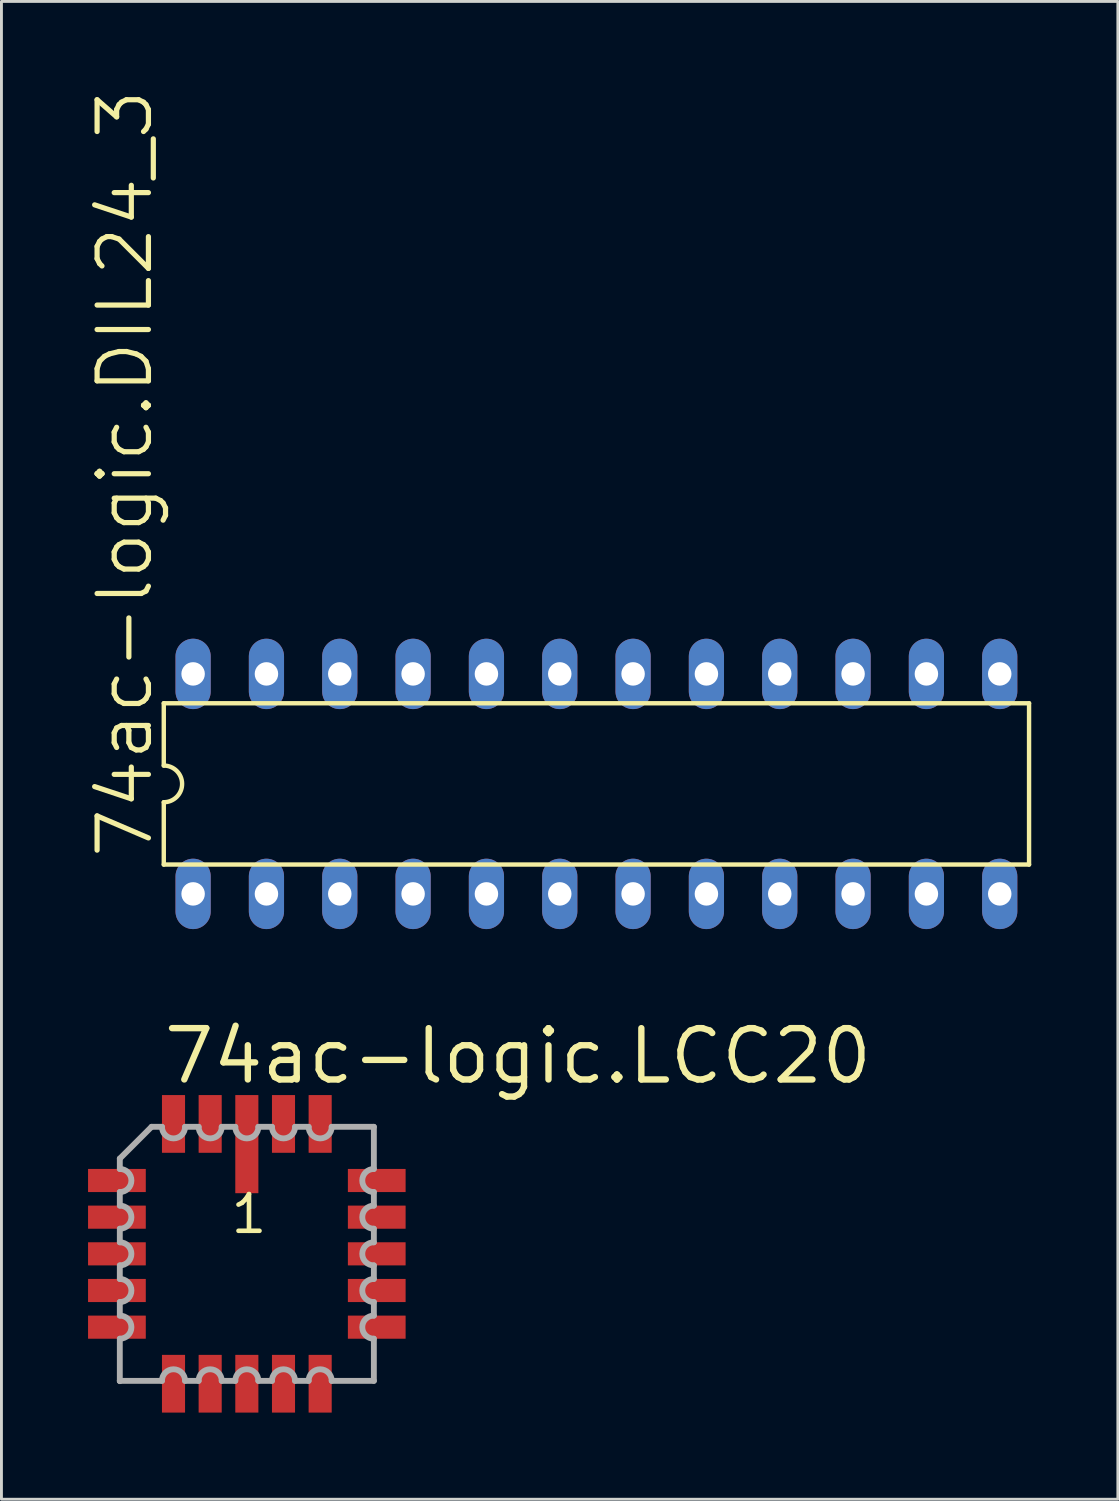
<source format=kicad_pcb>
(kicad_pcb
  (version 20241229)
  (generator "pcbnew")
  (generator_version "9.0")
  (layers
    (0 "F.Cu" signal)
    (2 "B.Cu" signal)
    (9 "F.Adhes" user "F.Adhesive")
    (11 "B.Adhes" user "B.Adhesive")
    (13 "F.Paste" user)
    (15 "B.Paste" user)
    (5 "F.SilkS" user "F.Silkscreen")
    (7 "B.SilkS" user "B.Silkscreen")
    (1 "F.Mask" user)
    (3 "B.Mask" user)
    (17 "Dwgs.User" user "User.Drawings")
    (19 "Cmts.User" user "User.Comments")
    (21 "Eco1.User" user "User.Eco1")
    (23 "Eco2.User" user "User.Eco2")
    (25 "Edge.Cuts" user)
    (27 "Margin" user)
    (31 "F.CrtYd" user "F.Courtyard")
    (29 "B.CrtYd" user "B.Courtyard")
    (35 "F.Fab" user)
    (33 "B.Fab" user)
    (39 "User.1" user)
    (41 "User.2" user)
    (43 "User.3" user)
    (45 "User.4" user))
  (footprint "74ac-logic.DIL24_3"
    (layer "F.Cu")
    (at 17.609 24.103)
    (property "Reference" "74ac-logic.DIL24_3" (at -15.291 2.667 90) (layer "F.SilkS") (effects (font (size 1.778 1.778) (thickness 0.18)) (justify left bottom)))
    (attr through_hole)
    (fp_line (start -14.986 -2.794) (end -14.986 -0.635) (stroke (width 0.152) (type default)) (layer "F.SilkS"))
    (fp_line (start -14.986 -2.794) (end 14.986 -2.794) (stroke (width 0.152) (type default)) (layer "F.SilkS"))
    (fp_line (start -14.986 0.635) (end -14.986 2.794) (stroke (width 0.152) (type default)) (layer "F.SilkS"))
    (fp_line (start -14.986 2.794) (end 14.986 2.794) (stroke (width 0.152) (type default)) (layer "F.SilkS"))
    (fp_line (start 14.986 2.794) (end 14.986 -2.794) (stroke (width 0.152) (type default)) (layer "F.SilkS"))
    (fp_arc (start -14.986 -0.635) (mid -14.351 0) (end -14.986 0.635) (stroke (width 0.1524) (type default)) (layer "F.SilkS"))
    (pad "1" thru_hole oval (at -13.97 3.81 90) (size 2.438 1.219) (drill 0.813) (layers "*.Cu" "*.Mask"))
    (pad "2" thru_hole oval (at -11.43 3.81 90) (size 2.438 1.219) (drill 0.813) (layers "*.Cu" "*.Mask"))
    (pad "3" thru_hole oval (at -8.89 3.81 90) (size 2.438 1.219) (drill 0.813) (layers "*.Cu" "*.Mask"))
    (pad "4" thru_hole oval (at -6.35 3.81 90) (size 2.438 1.219) (drill 0.813) (layers "*.Cu" "*.Mask"))
    (pad "5" thru_hole oval (at -3.81 3.81 90) (size 2.438 1.219) (drill 0.813) (layers "*.Cu" "*.Mask"))
    (pad "6" thru_hole oval (at -1.27 3.81 90) (size 2.438 1.219) (drill 0.813) (layers "*.Cu" "*.Mask"))
    (pad "7" thru_hole oval (at 1.27 3.81 90) (size 2.438 1.219) (drill 0.813) (layers "*.Cu" "*.Mask"))
    (pad "8" thru_hole oval (at 3.81 3.81 90) (size 2.438 1.219) (drill 0.813) (layers "*.Cu" "*.Mask"))
    (pad "9" thru_hole oval (at 6.35 3.81 90) (size 2.438 1.219) (drill 0.813) (layers "*.Cu" "*.Mask"))
    (pad "10" thru_hole oval (at 8.89 3.81 90) (size 2.438 1.219) (drill 0.813) (layers "*.Cu" "*.Mask"))
    (pad "11" thru_hole oval (at 11.43 3.81 90) (size 2.438 1.219) (drill 0.813) (layers "*.Cu" "*.Mask"))
    (pad "12" thru_hole oval (at 13.97 3.81 90) (size 2.438 1.219) (drill 0.813) (layers "*.Cu" "*.Mask"))
    (pad "13" thru_hole oval (at 13.97 -3.81 90) (size 2.438 1.219) (drill 0.813) (layers "*.Cu" "*.Mask"))
    (pad "14" thru_hole oval (at 11.43 -3.81 90) (size 2.438 1.219) (drill 0.813) (layers "*.Cu" "*.Mask"))
    (pad "15" thru_hole oval (at 8.89 -3.81 90) (size 2.438 1.219) (drill 0.813) (layers "*.Cu" "*.Mask"))
    (pad "16" thru_hole oval (at 6.35 -3.81 90) (size 2.438 1.219) (drill 0.813) (layers "*.Cu" "*.Mask"))
    (pad "17" thru_hole oval (at 3.81 -3.81 90) (size 2.438 1.219) (drill 0.813) (layers "*.Cu" "*.Mask"))
    (pad "18" thru_hole oval (at 1.27 -3.81 90) (size 2.438 1.219) (drill 0.813) (layers "*.Cu" "*.Mask"))
    (pad "19" thru_hole oval (at -1.27 -3.81 90) (size 2.438 1.219) (drill 0.813) (layers "*.Cu" "*.Mask"))
    (pad "20" thru_hole oval (at -3.81 -3.81 90) (size 2.438 1.219) (drill 0.813) (layers "*.Cu" "*.Mask"))
    (pad "21" thru_hole oval (at -6.35 -3.81 90) (size 2.438 1.219) (drill 0.813) (layers "*.Cu" "*.Mask"))
    (pad "22" thru_hole oval (at -8.89 -3.81 90) (size 2.438 1.219) (drill 0.813) (layers "*.Cu" "*.Mask"))
    (pad "23" thru_hole oval (at -11.43 -3.81 90) (size 2.438 1.219) (drill 0.813) (layers "*.Cu" "*.Mask"))
    (pad "24" thru_hole oval (at -13.97 -3.81 90) (size 2.438 1.219) (drill 0.813) (layers "*.Cu" "*.Mask")))
  (footprint "74ac-logic.LCC20"
    (layer "F.Cu")
    (at 5.5 40.381)
    (property "Reference" "74ac-logic.LCC20" (at -2.989 -5.811 0) (layer "F.SilkS") (effects (font (size 1.778 1.778) (thickness 0.22)) (justify left bottom)))
    (attr smd)
    (fp_line (start -4.4 -3.3) (end -4.4 -2.94) (stroke (width 0.203) (type default)) (layer "F.Fab"))
    (fp_line (start -4.4 -2.14) (end -4.4 -1.67) (stroke (width 0.203) (type default)) (layer "F.Fab"))
    (fp_line (start -4.4 -0.87) (end -4.4 -0.4) (stroke (width 0.203) (type default)) (layer "F.Fab"))
    (fp_line (start -4.4 0.4) (end -4.4 0.87) (stroke (width 0.203) (type default)) (layer "F.Fab"))
    (fp_line (start -4.4 1.67) (end -4.4 2.14) (stroke (width 0.203) (type default)) (layer "F.Fab"))
    (fp_line (start -4.4 2.94) (end -4.4 4.4) (stroke (width 0.203) (type default)) (layer "F.Fab"))
    (fp_line (start -4.4 4.4) (end -4.4 4.41) (stroke (width 0.203) (type default)) (layer "F.Fab"))
    (fp_line (start -4.4 4.4) (end -2.94 4.4) (stroke (width 0.203) (type default)) (layer "F.Fab"))
    (fp_line (start -3.3 -4.4) (end -4.4 -3.3) (stroke (width 0.203) (type default)) (layer "F.Fab"))
    (fp_line (start -2.94 -4.4) (end -3.3 -4.4) (stroke (width 0.203) (type default)) (layer "F.Fab"))
    (fp_line (start -2.14 4.4) (end -1.67 4.4) (stroke (width 0.203) (type default)) (layer "F.Fab"))
    (fp_line (start -1.67 -4.4) (end -2.14 -4.4) (stroke (width 0.203) (type default)) (layer "F.Fab"))
    (fp_line (start -0.87 4.4) (end -0.4 4.4) (stroke (width 0.203) (type default)) (layer "F.Fab"))
    (fp_line (start -0.4 -4.4) (end -0.87 -4.4) (stroke (width 0.203) (type default)) (layer "F.Fab"))
    (fp_line (start 0.4 4.4) (end 0.87 4.4) (stroke (width 0.203) (type default)) (layer "F.Fab"))
    (fp_line (start 0.87 -4.4) (end 0.4 -4.4) (stroke (width 0.203) (type default)) (layer "F.Fab"))
    (fp_line (start 1.67 4.4) (end 2.14 4.4) (stroke (width 0.203) (type default)) (layer "F.Fab"))
    (fp_line (start 2.14 -4.4) (end 1.67 -4.4) (stroke (width 0.203) (type default)) (layer "F.Fab"))
    (fp_line (start 2.94 4.4) (end 4.4 4.4) (stroke (width 0.203) (type default)) (layer "F.Fab"))
    (fp_line (start 4.4 -4.4) (end 2.94 -4.4) (stroke (width 0.203) (type default)) (layer "F.Fab"))
    (fp_line (start 4.4 -2.94) (end 4.4 -4.4) (stroke (width 0.203) (type default)) (layer "F.Fab"))
    (fp_line (start 4.4 -1.67) (end 4.4 -2.14) (stroke (width 0.203) (type default)) (layer "F.Fab"))
    (fp_line (start 4.4 -0.4) (end 4.4 -0.87) (stroke (width 0.203) (type default)) (layer "F.Fab"))
    (fp_line (start 4.4 0.87) (end 4.4 0.4) (stroke (width 0.203) (type default)) (layer "F.Fab"))
    (fp_line (start 4.4 2.14) (end 4.4 1.67) (stroke (width 0.203) (type default)) (layer "F.Fab"))
    (fp_line (start 4.4 4.4) (end 4.4 2.94) (stroke (width 0.203) (type default)) (layer "F.Fab"))
    (fp_arc (start -4.3985 -2.94) (mid -3.9985 -2.54) (end -4.3985 -2.14) (stroke (width 0.2032) (type default)) (layer "F.Fab"))
    (fp_arc (start -4.3985 -1.67) (mid -3.9985 -1.27) (end -4.3985 -0.87) (stroke (width 0.2032) (type default)) (layer "F.Fab"))
    (fp_arc (start -4.3985 -0.4001) (mid -3.9984 0) (end -4.3985 0.4001) (stroke (width 0.2032) (type default)) (layer "F.Fab"))
    (fp_arc (start -4.3985 0.8699) (mid -3.9984 1.27) (end -4.3985 1.6701) (stroke (width 0.2032) (type default)) (layer "F.Fab"))
    (fp_arc (start -4.3985 2.1399) (mid -3.9984 2.54) (end -4.3985 2.9401) (stroke (width 0.2032) (type default)) (layer "F.Fab"))
    (fp_arc (start -2.9401 4.3985) (mid -2.54 3.9984) (end -2.1399 4.3985) (stroke (width 0.2032) (type default)) (layer "F.Fab"))
    (fp_arc (start -2.1399 -4.3985) (mid -2.54 -3.9984) (end -2.9401 -4.3985) (stroke (width 0.2032) (type default)) (layer "F.Fab"))
    (fp_arc (start -1.6701 4.3985) (mid -1.27 3.9984) (end -0.8699 4.3985) (stroke (width 0.2032) (type default)) (layer "F.Fab"))
    (fp_arc (start -0.8699 -4.3985) (mid -1.27 -3.9984) (end -1.6701 -4.3985) (stroke (width 0.2032) (type default)) (layer "F.Fab"))
    (fp_arc (start -0.4001 4.3985) (mid 0 3.9984) (end 0.4001 4.3985) (stroke (width 0.2032) (type default)) (layer "F.Fab"))
    (fp_arc (start 0.4001 -4.3985) (mid 0 -3.9984) (end -0.4001 -4.3985) (stroke (width 0.2032) (type default)) (layer "F.Fab"))
    (fp_arc (start 0.87 4.3985) (mid 1.27 3.9985) (end 1.67 4.3985) (stroke (width 0.2032) (type default)) (layer "F.Fab"))
    (fp_arc (start 1.67 -4.3985) (mid 1.27 -3.9985) (end 0.87 -4.3985) (stroke (width 0.2032) (type default)) (layer "F.Fab"))
    (fp_arc (start 2.14 4.3985) (mid 2.54 3.9985) (end 2.94 4.3985) (stroke (width 0.2032) (type default)) (layer "F.Fab"))
    (fp_arc (start 2.94 -4.3985) (mid 2.54 -3.9985) (end 2.14 -4.3985) (stroke (width 0.2032) (type default)) (layer "F.Fab"))
    (fp_arc (start 4.3985 -2.1399) (mid 3.9984 -2.54) (end 4.3985 -2.9401) (stroke (width 0.2032) (type default)) (layer "F.Fab"))
    (fp_arc (start 4.3985 -0.8699) (mid 3.9984 -1.27) (end 4.3985 -1.6701) (stroke (width 0.2032) (type default)) (layer "F.Fab"))
    (fp_arc (start 4.3985 0.4001) (mid 3.9984 0) (end 4.3985 -0.4001) (stroke (width 0.2032) (type default)) (layer "F.Fab"))
    (fp_arc (start 4.3985 1.67) (mid 3.9985 1.27) (end 4.3985 0.87) (stroke (width 0.2032) (type default)) (layer "F.Fab"))
    (fp_arc (start 4.3985 2.94) (mid 3.9985 2.54) (end 4.3985 2.14) (stroke (width 0.2032) (type default)) (layer "F.Fab"))
    (fp_text user "1" (at -0.635 -0.635 0) (layer "F.SilkS") (effects (font (size 1.27 1.27) (thickness 0.16)) (justify left bottom)))
    (pad "1" smd roundrect (at 0 -3.8) (size 0.8 3.4) (layers "F.Cu" "F.Mask" "F.Paste") (roundrect_rratio 0.01))
    (pad "2" smd roundrect (at -1.27 -4.5) (size 0.8 2) (layers "F.Cu" "F.Mask" "F.Paste") (roundrect_rratio 0.01))
    (pad "3" smd roundrect (at -2.54 -4.5) (size 0.8 2) (layers "F.Cu" "F.Mask" "F.Paste") (roundrect_rratio 0.01))
    (pad "4" smd roundrect (at -4.5 -2.54) (size 2 0.8) (layers "F.Cu" "F.Mask" "F.Paste") (roundrect_rratio 0.01))
    (pad "5" smd roundrect (at -4.5 -1.27) (size 2 0.8) (layers "F.Cu" "F.Mask" "F.Paste") (roundrect_rratio 0.01))
    (pad "6" smd roundrect (at -4.5 0) (size 2 0.8) (layers "F.Cu" "F.Mask" "F.Paste") (roundrect_rratio 0.01))
    (pad "7" smd roundrect (at -4.5 1.27) (size 2 0.8) (layers "F.Cu" "F.Mask" "F.Paste") (roundrect_rratio 0.01))
    (pad "8" smd roundrect (at -4.5 2.54) (size 2 0.8) (layers "F.Cu" "F.Mask" "F.Paste") (roundrect_rratio 0.01))
    (pad "9" smd roundrect (at -2.54 4.5) (size 0.8 2) (layers "F.Cu" "F.Mask" "F.Paste") (roundrect_rratio 0.01))
    (pad "10" smd roundrect (at -1.27 4.5) (size 0.8 2) (layers "F.Cu" "F.Mask" "F.Paste") (roundrect_rratio 0.01))
    (pad "11" smd roundrect (at 0 4.5) (size 0.8 2) (layers "F.Cu" "F.Mask" "F.Paste") (roundrect_rratio 0.01))
    (pad "12" smd roundrect (at 1.27 4.5) (size 0.8 2) (layers "F.Cu" "F.Mask" "F.Paste") (roundrect_rratio 0.01))
    (pad "13" smd roundrect (at 2.54 4.5) (size 0.8 2) (layers "F.Cu" "F.Mask" "F.Paste") (roundrect_rratio 0.01))
    (pad "14" smd roundrect (at 4.5 2.54) (size 2 0.8) (layers "F.Cu" "F.Mask" "F.Paste") (roundrect_rratio 0.01))
    (pad "15" smd roundrect (at 4.5 1.27) (size 2 0.8) (layers "F.Cu" "F.Mask" "F.Paste") (roundrect_rratio 0.01))
    (pad "16" smd roundrect (at 4.5 0) (size 2 0.8) (layers "F.Cu" "F.Mask" "F.Paste") (roundrect_rratio 0.01))
    (pad "17" smd roundrect (at 4.5 -1.27) (size 2 0.8) (layers "F.Cu" "F.Mask" "F.Paste") (roundrect_rratio 0.01))
    (pad "18" smd roundrect (at 4.5 -2.54) (size 2 0.8) (layers "F.Cu" "F.Mask" "F.Paste") (roundrect_rratio 0.01))
    (pad "19" smd roundrect (at 2.54 -4.5) (size 0.8 2) (layers "F.Cu" "F.Mask" "F.Paste") (roundrect_rratio 0.01))
    (pad "20" smd roundrect (at 1.27 -4.5) (size 0.8 2) (layers "F.Cu" "F.Mask" "F.Paste") (roundrect_rratio 0.01)))
  (gr_rect
    (start -3 -3)
    (end 35.671 48.881)
    (stroke (width 0.1) (type default))
    (fill no)
    (layer "Edge.Cuts")))
</source>
